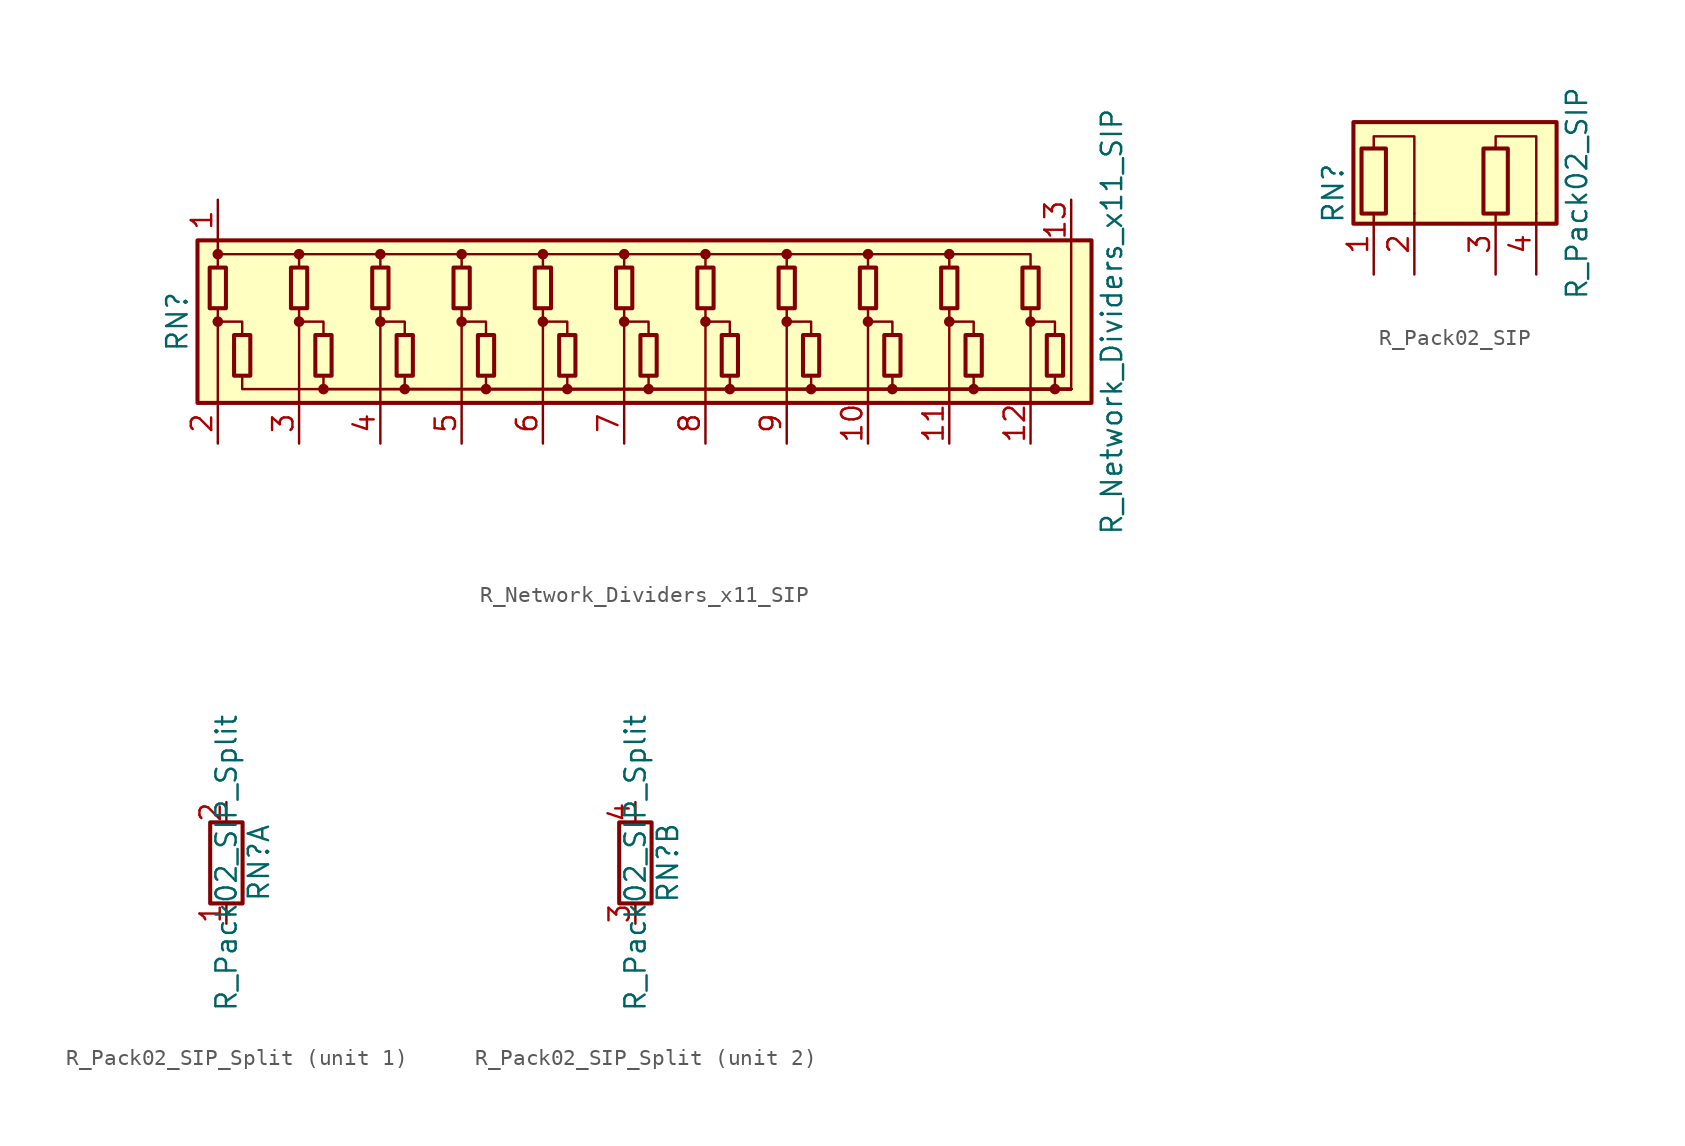
<source format=kicad_sym>
(kicad_symbol_lib
  (version 20241209)
  (generator "kicad_symbol_editor")
  (generator_version "9.0")
  (symbol "R_Network_Dividers_x11_SIP"
    (pin_names
      (offset 0)
      (hide yes))
    (property "Reference" "RN"
      (at -27.94 0 90)
      (effects (font (size 1.27 1.27))))
    (property "Value" "R_Network_Dividers_x11_SIP"
      (at 30.48 0 90)
      (effects (font (size 1.27 1.27))))
    (symbol "R_Network_Dividers_x11_SIP_0_1"
      (rectangle (start -26.67 -5.08) (end 29.21 5.08) (stroke (width 0.254) (type solid)) (fill (type background)))
      (rectangle (start -25.908 3.378) (end -24.892 0.838) (stroke (width 0.254) (type solid)) (fill (type none)))
      (polyline (pts (xy -25.4 5.08) (xy -25.4 3.378)) (stroke (width 0) (type solid)) (fill (type none)))
      (circle (center -25.4 4.216) (radius 0.254) (stroke (width 0) (type solid)) (fill (type outline)))
      (polyline (pts (xy -25.4 4.216) (xy -20.32 4.216) (xy -20.32 3.378)) (stroke (width 0) (type solid)) (fill (type none)))
      (circle (center -25.4 0) (radius 0.254) (stroke (width 0) (type solid)) (fill (type outline)))
      (polyline (pts (xy -25.4 0) (xy -23.876 0) (xy -23.876 -0.838)) (stroke (width 0) (type solid)) (fill (type none)))
      (polyline (pts (xy -25.4 -5.08) (xy -25.4 0.838)) (stroke (width 0) (type solid)) (fill (type none)))
      (rectangle (start -24.384 -3.378) (end -23.368 -0.838) (stroke (width 0.254) (type solid)) (fill (type none)))
      (polyline (pts (xy -23.876 -3.378) (xy -23.876 -4.216) (xy 27.94 -4.216)) (stroke (width 0) (type solid)) (fill (type none)))
      (rectangle (start -20.828 3.378) (end -19.812 0.838) (stroke (width 0.254) (type solid)) (fill (type none)))
      (circle (center -20.32 4.216) (radius 0.254) (stroke (width 0) (type solid)) (fill (type outline)))
      (polyline (pts (xy -20.32 4.216) (xy -15.24 4.216) (xy -15.24 3.378)) (stroke (width 0) (type solid)) (fill (type none)))
      (circle (center -20.32 0) (radius 0.254) (stroke (width 0) (type solid)) (fill (type outline)))
      (polyline (pts (xy -20.32 0) (xy -18.796 0) (xy -18.796 -0.838)) (stroke (width 0) (type solid)) (fill (type none)))
      (polyline (pts (xy -20.32 -5.08) (xy -20.32 0.838)) (stroke (width 0) (type solid)) (fill (type none)))
      (rectangle (start -19.304 -3.378) (end -18.288 -0.838) (stroke (width 0.254) (type solid)) (fill (type none)))
      (polyline (pts (xy -18.796 -3.378) (xy -18.796 -4.216) (xy 27.94 -4.216)) (stroke (width 0) (type solid)) (fill (type none)))
      (circle (center -18.796 -4.216) (radius 0.254) (stroke (width 0) (type solid)) (fill (type outline)))
      (rectangle (start -15.748 3.378) (end -14.732 0.838) (stroke (width 0.254) (type solid)) (fill (type none)))
      (circle (center -15.24 4.216) (radius 0.254) (stroke (width 0) (type solid)) (fill (type outline)))
      (polyline (pts (xy -15.24 4.216) (xy -10.16 4.216) (xy -10.16 3.378)) (stroke (width 0) (type solid)) (fill (type none)))
      (circle (center -15.24 0) (radius 0.254) (stroke (width 0) (type solid)) (fill (type outline)))
      (polyline (pts (xy -15.24 0) (xy -13.716 0) (xy -13.716 -0.838)) (stroke (width 0) (type solid)) (fill (type none)))
      (polyline (pts (xy -15.24 -5.08) (xy -15.24 0.838)) (stroke (width 0) (type solid)) (fill (type none)))
      (rectangle (start -14.224 -3.378) (end -13.208 -0.838) (stroke (width 0.254) (type solid)) (fill (type none)))
      (polyline (pts (xy -13.716 -3.378) (xy -13.716 -4.216) (xy 27.94 -4.216)) (stroke (width 0) (type solid)) (fill (type none)))
      (circle (center -13.716 -4.216) (radius 0.254) (stroke (width 0) (type solid)) (fill (type outline)))
      (rectangle (start -10.668 3.378) (end -9.652 0.838) (stroke (width 0.254) (type solid)) (fill (type none)))
      (circle (center -10.16 4.216) (radius 0.254) (stroke (width 0) (type solid)) (fill (type outline)))
      (polyline (pts (xy -10.16 4.216) (xy -5.08 4.216) (xy -5.08 3.378)) (stroke (width 0) (type solid)) (fill (type none)))
      (circle (center -10.16 0) (radius 0.254) (stroke (width 0) (type solid)) (fill (type outline)))
      (polyline (pts (xy -10.16 0) (xy -8.636 0) (xy -8.636 -0.838)) (stroke (width 0) (type solid)) (fill (type none)))
      (polyline (pts (xy -10.16 -5.08) (xy -10.16 0.838)) (stroke (width 0) (type solid)) (fill (type none)))
      (rectangle (start -9.144 -3.378) (end -8.128 -0.838) (stroke (width 0.254) (type solid)) (fill (type none)))
      (polyline (pts (xy -8.636 -3.378) (xy -8.636 -4.216) (xy 27.94 -4.216)) (stroke (width 0) (type solid)) (fill (type none)))
      (circle (center -8.636 -4.216) (radius 0.254) (stroke (width 0) (type solid)) (fill (type outline)))
      (rectangle (start -5.588 3.378) (end -4.572 0.838) (stroke (width 0.254) (type solid)) (fill (type none)))
      (circle (center -5.08 4.216) (radius 0.254) (stroke (width 0) (type solid)) (fill (type outline)))
      (polyline (pts (xy -5.08 4.216) (xy 0 4.216) (xy 0 3.378)) (stroke (width 0) (type solid)) (fill (type none)))
      (circle (center -5.08 0) (radius 0.254) (stroke (width 0) (type solid)) (fill (type outline)))
      (polyline (pts (xy -5.08 0) (xy -3.556 0) (xy -3.556 -0.838)) (stroke (width 0) (type solid)) (fill (type none)))
      (polyline (pts (xy -5.08 -5.08) (xy -5.08 0.838)) (stroke (width 0) (type solid)) (fill (type none)))
      (rectangle (start -4.064 -3.378) (end -3.048 -0.838) (stroke (width 0.254) (type solid)) (fill (type none)))
      (polyline (pts (xy -3.556 -3.378) (xy -3.556 -4.216) (xy 27.94 -4.216)) (stroke (width 0) (type solid)) (fill (type none)))
      (circle (center -3.556 -4.216) (radius 0.254) (stroke (width 0) (type solid)) (fill (type outline)))
      (rectangle (start -0.508 3.378) (end 0.508 0.838) (stroke (width 0.254) (type solid)) (fill (type none)))
      (circle (center 0 4.216) (radius 0.254) (stroke (width 0) (type solid)) (fill (type outline)))
      (polyline (pts (xy 0 4.216) (xy 5.08 4.216) (xy 5.08 3.378)) (stroke (width 0) (type solid)) (fill (type none)))
      (polyline (pts (xy 0 0) (xy 1.524 0) (xy 1.524 -0.838)) (stroke (width 0) (type solid)) (fill (type none)))
      (circle (center 0 0) (radius 0.254) (stroke (width 0) (type solid)) (fill (type outline)))
      (polyline (pts (xy 0 -5.08) (xy 0 0.838)) (stroke (width 0) (type solid)) (fill (type none)))
      (rectangle (start 1.016 -3.378) (end 2.032 -0.838) (stroke (width 0.254) (type solid)) (fill (type none)))
      (polyline (pts (xy 1.524 -3.378) (xy 1.524 -4.216) (xy 27.94 -4.216)) (stroke (width 0) (type solid)) (fill (type none)))
      (circle (center 1.524 -4.216) (radius 0.254) (stroke (width 0) (type solid)) (fill (type outline)))
      (rectangle (start 4.572 3.378) (end 5.588 0.838) (stroke (width 0.254) (type solid)) (fill (type none)))
      (polyline (pts (xy 5.08 4.216) (xy 10.16 4.216) (xy 10.16 3.378)) (stroke (width 0) (type solid)) (fill (type none)))
      (circle (center 5.08 4.216) (radius 0.254) (stroke (width 0) (type solid)) (fill (type outline)))
      (polyline (pts (xy 5.08 0) (xy 6.604 0) (xy 6.604 -0.838)) (stroke (width 0) (type solid)) (fill (type none)))
      (circle (center 5.08 0) (radius 0.254) (stroke (width 0) (type solid)) (fill (type outline)))
      (polyline (pts (xy 5.08 -5.08) (xy 5.08 0.838)) (stroke (width 0) (type solid)) (fill (type none)))
      (rectangle (start 6.096 -3.378) (end 7.112 -0.838) (stroke (width 0.254) (type solid)) (fill (type none)))
      (polyline (pts (xy 6.604 -3.378) (xy 6.604 -4.216) (xy 27.94 -4.216)) (stroke (width 0) (type solid)) (fill (type none)))
      (circle (center 6.604 -4.216) (radius 0.254) (stroke (width 0) (type solid)) (fill (type outline)))
      (rectangle (start 9.652 3.378) (end 10.668 0.838) (stroke (width 0.254) (type solid)) (fill (type none)))
      (polyline (pts (xy 10.16 4.216) (xy 15.24 4.216) (xy 15.24 3.378)) (stroke (width 0) (type solid)) (fill (type none)))
      (circle (center 10.16 4.216) (radius 0.254) (stroke (width 0) (type solid)) (fill (type outline)))
      (polyline (pts (xy 10.16 0) (xy 11.684 0) (xy 11.684 -0.838)) (stroke (width 0) (type solid)) (fill (type none)))
      (circle (center 10.16 0) (radius 0.254) (stroke (width 0) (type solid)) (fill (type outline)))
      (polyline (pts (xy 10.16 -5.08) (xy 10.16 0.838)) (stroke (width 0) (type solid)) (fill (type none)))
      (rectangle (start 11.176 -3.378) (end 12.192 -0.838) (stroke (width 0.254) (type solid)) (fill (type none)))
      (polyline (pts (xy 11.684 -3.378) (xy 11.684 -4.216) (xy 27.94 -4.216)) (stroke (width 0) (type solid)) (fill (type none)))
      (circle (center 11.684 -4.216) (radius 0.254) (stroke (width 0) (type solid)) (fill (type outline)))
      (rectangle (start 14.732 3.378) (end 15.748 0.838) (stroke (width 0.254) (type solid)) (fill (type none)))
      (polyline (pts (xy 15.24 4.216) (xy 20.32 4.216) (xy 20.32 3.378)) (stroke (width 0) (type solid)) (fill (type none)))
      (circle (center 15.24 4.216) (radius 0.254) (stroke (width 0) (type solid)) (fill (type outline)))
      (polyline (pts (xy 15.24 0) (xy 16.764 0) (xy 16.764 -0.838)) (stroke (width 0) (type solid)) (fill (type none)))
      (circle (center 15.24 0) (radius 0.254) (stroke (width 0) (type solid)) (fill (type outline)))
      (polyline (pts (xy 15.24 -5.08) (xy 15.24 0.838)) (stroke (width 0) (type solid)) (fill (type none)))
      (rectangle (start 16.256 -3.378) (end 17.272 -0.838) (stroke (width 0.254) (type solid)) (fill (type none)))
      (polyline (pts (xy 16.764 -3.378) (xy 16.764 -4.216) (xy 27.94 -4.216)) (stroke (width 0) (type solid)) (fill (type none)))
      (circle (center 16.764 -4.216) (radius 0.254) (stroke (width 0) (type solid)) (fill (type outline)))
      (rectangle (start 19.812 3.378) (end 20.828 0.838) (stroke (width 0.254) (type solid)) (fill (type none)))
      (polyline (pts (xy 20.32 4.216) (xy 25.4 4.216) (xy 25.4 3.378)) (stroke (width 0) (type solid)) (fill (type none)))
      (circle (center 20.32 4.216) (radius 0.254) (stroke (width 0) (type solid)) (fill (type outline)))
      (polyline (pts (xy 20.32 0) (xy 21.844 0) (xy 21.844 -0.838)) (stroke (width 0) (type solid)) (fill (type none)))
      (circle (center 20.32 0) (radius 0.254) (stroke (width 0) (type solid)) (fill (type outline)))
      (polyline (pts (xy 20.32 -5.08) (xy 20.32 0.838)) (stroke (width 0) (type solid)) (fill (type none)))
      (rectangle (start 21.336 -3.378) (end 22.352 -0.838) (stroke (width 0.254) (type solid)) (fill (type none)))
      (polyline (pts (xy 21.844 -3.378) (xy 21.844 -4.216) (xy 27.94 -4.216)) (stroke (width 0) (type solid)) (fill (type none)))
      (circle (center 21.844 -4.216) (radius 0.254) (stroke (width 0) (type solid)) (fill (type outline)))
      (rectangle (start 24.892 3.378) (end 25.908 0.838) (stroke (width 0.254) (type solid)) (fill (type none)))
      (polyline (pts (xy 25.4 0) (xy 26.924 0) (xy 26.924 -0.838)) (stroke (width 0) (type solid)) (fill (type none)))
      (circle (center 25.4 0) (radius 0.254) (stroke (width 0) (type solid)) (fill (type outline)))
      (polyline (pts (xy 25.4 -5.08) (xy 25.4 0.838)) (stroke (width 0) (type solid)) (fill (type none)))
      (rectangle (start 26.416 -3.378) (end 27.432 -0.838) (stroke (width 0.254) (type solid)) (fill (type none)))
      (polyline (pts (xy 26.924 -3.378) (xy 26.924 -4.216) (xy 27.94 -4.216)) (stroke (width 0) (type solid)) (fill (type none)))
      (circle (center 26.924 -4.216) (radius 0.254) (stroke (width 0) (type solid)) (fill (type outline)))
      (polyline (pts (xy 27.94 -4.216) (xy 27.94 5.08)) (stroke (width 0) (type solid)) (fill (type none))))
    (symbol "R_Network_Dividers_x11_SIP_1_1"
      (pin passive line (at -25.4 7.62 270) (length 2.54) (name "COM1" (effects (font (size 1.27 1.27)))) (number "1" (effects (font (size 1.27 1.27)))))
      (pin passive line (at -25.4 -7.62 90) (length 2.54) (name "R1" (effects (font (size 1.27 1.27)))) (number "2" (effects (font (size 1.27 1.27)))))
      (pin passive line (at -20.32 -7.62 90) (length 2.54) (name "R2" (effects (font (size 1.27 1.27)))) (number "3" (effects (font (size 1.27 1.27)))))
      (pin passive line (at -15.24 -7.62 90) (length 2.54) (name "R3" (effects (font (size 1.27 1.27)))) (number "4" (effects (font (size 1.27 1.27)))))
      (pin passive line (at -10.16 -7.62 90) (length 2.54) (name "R4" (effects (font (size 1.27 1.27)))) (number "5" (effects (font (size 1.27 1.27)))))
      (pin passive line (at -5.08 -7.62 90) (length 2.54) (name "R5" (effects (font (size 1.27 1.27)))) (number "6" (effects (font (size 1.27 1.27)))))
      (pin passive line (at 0 -7.62 90) (length 2.54) (name "R6" (effects (font (size 1.27 1.27)))) (number "7" (effects (font (size 1.27 1.27)))))
      (pin passive line (at 5.08 -7.62 90) (length 2.54) (name "R7" (effects (font (size 1.27 1.27)))) (number "8" (effects (font (size 1.27 1.27)))))
      (pin passive line (at 10.16 -7.62 90) (length 2.54) (name "R8" (effects (font (size 1.27 1.27)))) (number "9" (effects (font (size 1.27 1.27)))))
      (pin passive line (at 15.24 -7.62 90) (length 2.54) (name "R9" (effects (font (size 1.27 1.27)))) (number "10" (effects (font (size 1.27 1.27)))))
      (pin passive line (at 20.32 -7.62 90) (length 2.54) (name "R10" (effects (font (size 1.27 1.27)))) (number "11" (effects (font (size 1.27 1.27)))))
      (pin passive line (at 25.4 -7.62 90) (length 2.54) (name "R11" (effects (font (size 1.27 1.27)))) (number "12" (effects (font (size 1.27 1.27)))))
      (pin passive line (at 27.94 7.62 270) (length 2.54) (name "COM2" (effects (font (size 1.27 1.27)))) (number "13" (effects (font (size 1.27 1.27)))))))
  (symbol "R_Pack02_SIP"
    (pin_names
      (offset 0)
      (hide yes))
    (property "Reference" "RN"
      (at -7.62 0 90)
      (effects (font (size 1.27 1.27))))
    (property "Value" "R_Pack02_SIP"
      (at 7.62 0 90)
      (effects (font (size 1.27 1.27))))
    (symbol "R_Pack02_SIP_0_1"
      (rectangle (start -6.35 -1.905) (end 6.35 4.445) (stroke (width 0.254) (type solid)) (fill (type background)))
      (rectangle (start -5.842 2.794) (end -4.318 -1.27) (stroke (width 0.254) (type solid)) (fill (type none)))
      (polyline (pts (xy -5.08 2.794) (xy -5.08 3.556) (xy -2.54 3.556) (xy -2.54 -1.27)) (stroke (width 0) (type solid)) (fill (type none)))
      (rectangle (start 1.778 2.794) (end 3.302 -1.27) (stroke (width 0.254) (type solid)) (fill (type none)))
      (polyline (pts (xy 2.54 2.794) (xy 2.54 3.556) (xy 5.08 3.556) (xy 5.08 -1.27)) (stroke (width 0) (type solid)) (fill (type none))))
    (symbol "R_Pack02_SIP_1_1"
      (pin passive line (at -5.08 -5.08 90) (length 3.81) (name "R1.1" (effects (font (size 1.27 1.27)))) (number "1" (effects (font (size 1.27 1.27)))))
      (pin passive line (at -2.54 -5.08 90) (length 3.81) (name "R1.2" (effects (font (size 1.27 1.27)))) (number "2" (effects (font (size 1.27 1.27)))))
      (pin passive line (at 2.54 -5.08 90) (length 3.81) (name "R2.1" (effects (font (size 1.27 1.27)))) (number "3" (effects (font (size 1.27 1.27)))))
      (pin passive line (at 5.08 -5.08 90) (length 3.81) (name "R2.2" (effects (font (size 1.27 1.27)))) (number "4" (effects (font (size 1.27 1.27)))))))
  (symbol "R_Pack02_SIP_Split"
    (pin_names
      (offset 0)
      (hide yes))
    (property "Reference" "RN"
      (at 2.032 0 90)
      (effects (font (size 1.27 1.27))))
    (property "Value" "R_Pack02_SIP_Split"
      (at 0 0 90)
      (effects (font (size 1.27 1.27))))
    (symbol "R_Pack02_SIP_Split_0_1"
      (rectangle (start 1.016 2.54) (end -1.016 -2.54) (stroke (width 0.254) (type solid)) (fill (type none))))
    (symbol "R_Pack02_SIP_Split_1_1"
      (pin passive line (at 0 3.81 270) (length 1.27) (name "R1.2" (effects (font (size 1.27 1.27)))) (number "2" (effects (font (size 1.27 1.27)))))
      (pin passive line (at 0 -3.81 90) (length 1.27) (name "R1.1" (effects (font (size 1.27 1.27)))) (number "1" (effects (font (size 1.27 1.27))))))
    (symbol "R_Pack02_SIP_Split_2_1"
      (pin passive line (at 0 3.81 270) (length 1.27) (name "R2.2" (effects (font (size 1.27 1.27)))) (number "4" (effects (font (size 1.27 1.27)))))
      (pin passive line (at 0 -3.81 90) (length 1.27) (name "R2.1" (effects (font (size 1.27 1.27)))) (number "3" (effects (font (size 1.27 1.27))))))))
</source>
